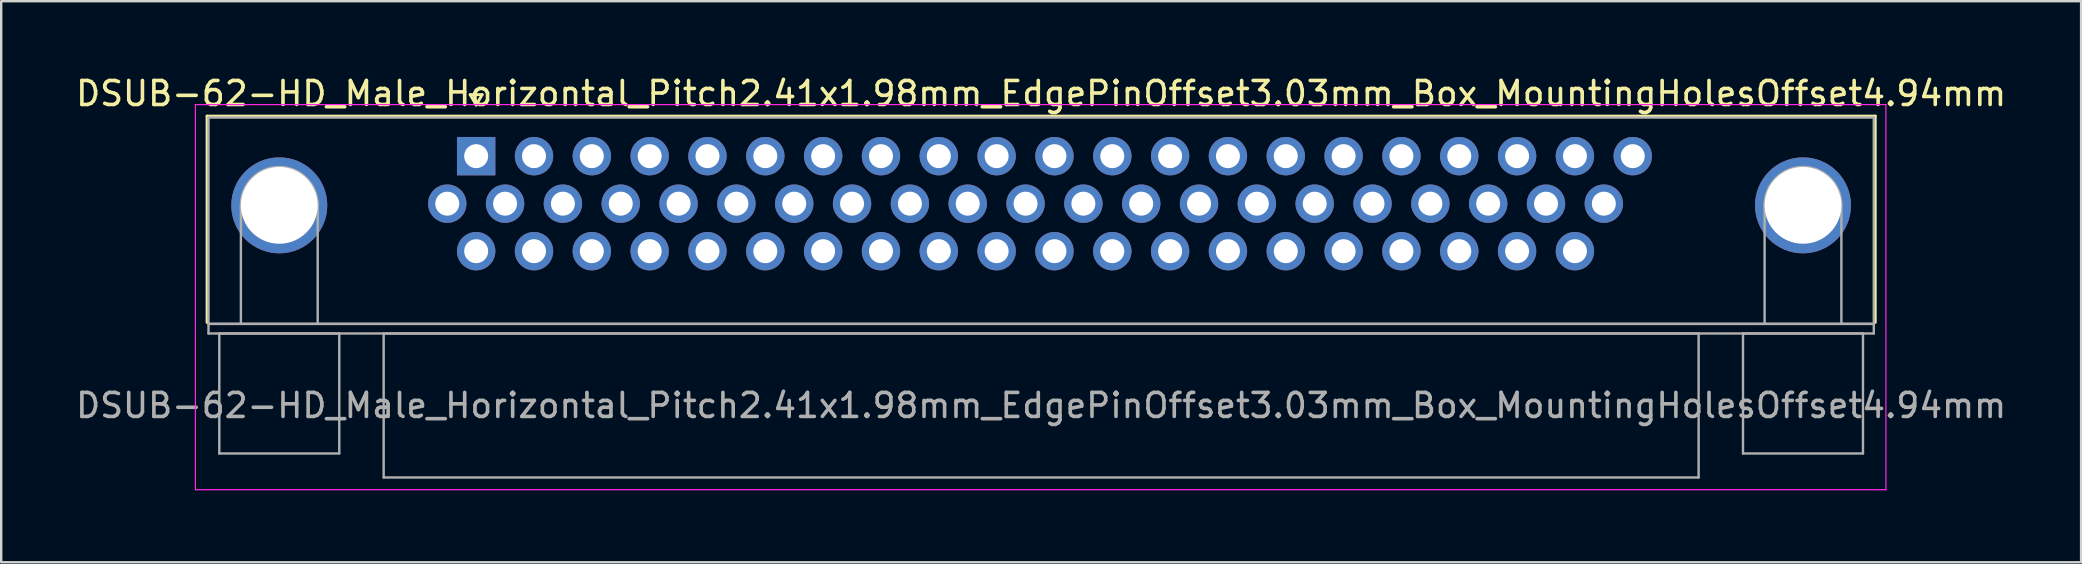
<source format=kicad_pcb>
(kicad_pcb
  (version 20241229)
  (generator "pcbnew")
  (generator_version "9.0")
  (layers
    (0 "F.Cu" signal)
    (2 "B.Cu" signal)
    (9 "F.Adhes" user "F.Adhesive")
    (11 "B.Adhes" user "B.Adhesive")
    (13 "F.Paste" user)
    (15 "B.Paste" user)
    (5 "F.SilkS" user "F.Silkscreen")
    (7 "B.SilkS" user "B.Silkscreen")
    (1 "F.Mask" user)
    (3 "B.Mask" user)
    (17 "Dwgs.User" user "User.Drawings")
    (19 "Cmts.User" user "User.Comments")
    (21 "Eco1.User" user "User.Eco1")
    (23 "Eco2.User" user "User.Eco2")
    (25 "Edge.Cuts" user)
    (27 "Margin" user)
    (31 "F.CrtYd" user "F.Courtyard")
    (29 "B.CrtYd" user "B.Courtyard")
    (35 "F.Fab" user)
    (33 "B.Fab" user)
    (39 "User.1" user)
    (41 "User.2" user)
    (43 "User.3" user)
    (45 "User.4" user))
  (footprint "DSUB-62-HD_Male_Horizontal_Pitch2.41x1.98mm_EdgePinOffset3.03mm_Box_MountingHolesOffset4.94mm"
    (layer "F.Cu")
    (at 16.794 3.458)
    (property "Reference" "DSUB-62-HD_Male_Horizontal_Pitch2.41x1.98mm_EdgePinOffset3.03mm_Box_MountingHolesOffset4.94mm" (at 23.545 -2.61 0) (layer "F.SilkS") (effects (font (size 1 1) (thickness 0.15))))
    (attr through_hole)
    (fp_line (start -11.215 -1.67) (end 58.305 -1.67) (stroke (width 0.12) (type solid)) (layer "F.SilkS"))
    (fp_line (start -11.215 6.93) (end -11.215 -1.67) (stroke (width 0.12) (type solid)) (layer "F.SilkS"))
    (fp_line (start -0.25 -2.564) (end 0.25 -2.564) (stroke (width 0.12) (type solid)) (layer "F.SilkS"))
    (fp_line (start 0 -2.131) (end -0.25 -2.564) (stroke (width 0.12) (type solid)) (layer "F.SilkS"))
    (fp_line (start 0.25 -2.564) (end 0 -2.131) (stroke (width 0.12) (type solid)) (layer "F.SilkS"))
    (fp_line (start 58.305 -1.67) (end 58.305 6.93) (stroke (width 0.12) (type solid)) (layer "F.SilkS"))
    (fp_line (start -11.7 -2.15) (end -11.7 13.9) (stroke (width 0.05) (type solid)) (layer "F.CrtYd"))
    (fp_line (start -11.7 13.9) (end 58.75 13.9) (stroke (width 0.05) (type solid)) (layer "F.CrtYd"))
    (fp_line (start 58.75 -2.15) (end -11.7 -2.15) (stroke (width 0.05) (type solid)) (layer "F.CrtYd"))
    (fp_line (start 58.75 13.9) (end 58.75 -2.15) (stroke (width 0.05) (type solid)) (layer "F.CrtYd"))
    (fp_line (start -11.155 -1.61) (end -11.155 6.99) (stroke (width 0.1) (type solid)) (layer "F.Fab"))
    (fp_line (start -11.155 6.99) (end -11.155 7.39) (stroke (width 0.1) (type solid)) (layer "F.Fab"))
    (fp_line (start -11.155 6.99) (end 58.245 6.99) (stroke (width 0.1) (type solid)) (layer "F.Fab"))
    (fp_line (start -11.155 7.39) (end 58.245 7.39) (stroke (width 0.1) (type solid)) (layer "F.Fab"))
    (fp_line (start -10.705 7.39) (end -10.705 12.39) (stroke (width 0.1) (type solid)) (layer "F.Fab"))
    (fp_line (start -10.705 12.39) (end -5.705 12.39) (stroke (width 0.1) (type solid)) (layer "F.Fab"))
    (fp_line (start -9.805 6.99) (end -9.805 2.05) (stroke (width 0.1) (type solid)) (layer "F.Fab"))
    (fp_line (start -6.605 6.99) (end -6.605 2.05) (stroke (width 0.1) (type solid)) (layer "F.Fab"))
    (fp_line (start -5.705 7.39) (end -10.705 7.39) (stroke (width 0.1) (type solid)) (layer "F.Fab"))
    (fp_line (start -5.705 12.39) (end -5.705 7.39) (stroke (width 0.1) (type solid)) (layer "F.Fab"))
    (fp_line (start -3.855 7.39) (end -3.855 13.39) (stroke (width 0.1) (type solid)) (layer "F.Fab"))
    (fp_line (start -3.855 13.39) (end 50.945 13.39) (stroke (width 0.1) (type solid)) (layer "F.Fab"))
    (fp_line (start 50.945 7.39) (end -3.855 7.39) (stroke (width 0.1) (type solid)) (layer "F.Fab"))
    (fp_line (start 50.945 13.39) (end 50.945 7.39) (stroke (width 0.1) (type solid)) (layer "F.Fab"))
    (fp_line (start 52.795 7.39) (end 52.795 12.39) (stroke (width 0.1) (type solid)) (layer "F.Fab"))
    (fp_line (start 52.795 12.39) (end 57.795 12.39) (stroke (width 0.1) (type solid)) (layer "F.Fab"))
    (fp_line (start 53.695 6.99) (end 53.695 2.05) (stroke (width 0.1) (type solid)) (layer "F.Fab"))
    (fp_line (start 56.895 6.99) (end 56.895 2.05) (stroke (width 0.1) (type solid)) (layer "F.Fab"))
    (fp_line (start 57.795 7.39) (end 52.795 7.39) (stroke (width 0.1) (type solid)) (layer "F.Fab"))
    (fp_line (start 57.795 12.39) (end 57.795 7.39) (stroke (width 0.1) (type solid)) (layer "F.Fab"))
    (fp_line (start 58.245 -1.61) (end -11.155 -1.61) (stroke (width 0.1) (type solid)) (layer "F.Fab"))
    (fp_line (start 58.245 6.99) (end -11.155 6.99) (stroke (width 0.1) (type solid)) (layer "F.Fab"))
    (fp_line (start 58.245 6.99) (end 58.245 -1.61) (stroke (width 0.1) (type solid)) (layer "F.Fab"))
    (fp_line (start 58.245 7.39) (end 58.245 6.99) (stroke (width 0.1) (type solid)) (layer "F.Fab"))
    (fp_arc (start -9.805 2.05) (mid -8.205 0.45) (end -6.605 2.05) (stroke (width 0.1) (type solid)) (layer "F.Fab"))
    (fp_arc (start 53.695 2.05) (mid 55.295 0.45) (end 56.895 2.05) (stroke (width 0.1) (type solid)) (layer "F.Fab"))
    (fp_text user "${REFERENCE}" (at 23.545 10.39 0) (layer "F.Fab") (effects (font (size 1 1) (thickness 0.15))))
    (pad "0" thru_hole circle (at -8.205 2.05) (size 4 4) (drill 3.2) (layers "*.Cu" "*.Mask"))
    (pad "0" thru_hole circle (at 55.295 2.05) (size 4 4) (drill 3.2) (layers "*.Cu" "*.Mask"))
    (pad "1" thru_hole rect (at 0 0) (size 1.6 1.6) (drill 1) (layers "*.Cu" "*.Mask"))
    (pad "2" thru_hole circle (at 2.41 0) (size 1.6 1.6) (drill 1) (layers "*.Cu" "*.Mask"))
    (pad "3" thru_hole circle (at 4.82 0) (size 1.6 1.6) (drill 1) (layers "*.Cu" "*.Mask"))
    (pad "4" thru_hole circle (at 7.23 0) (size 1.6 1.6) (drill 1) (layers "*.Cu" "*.Mask"))
    (pad "5" thru_hole circle (at 9.64 0) (size 1.6 1.6) (drill 1) (layers "*.Cu" "*.Mask"))
    (pad "6" thru_hole circle (at 12.05 0) (size 1.6 1.6) (drill 1) (layers "*.Cu" "*.Mask"))
    (pad "7" thru_hole circle (at 14.46 0) (size 1.6 1.6) (drill 1) (layers "*.Cu" "*.Mask"))
    (pad "8" thru_hole circle (at 16.87 0) (size 1.6 1.6) (drill 1) (layers "*.Cu" "*.Mask"))
    (pad "9" thru_hole circle (at 19.28 0) (size 1.6 1.6) (drill 1) (layers "*.Cu" "*.Mask"))
    (pad "10" thru_hole circle (at 21.69 0) (size 1.6 1.6) (drill 1) (layers "*.Cu" "*.Mask"))
    (pad "11" thru_hole circle (at 24.1 0) (size 1.6 1.6) (drill 1) (layers "*.Cu" "*.Mask"))
    (pad "12" thru_hole circle (at 26.51 0) (size 1.6 1.6) (drill 1) (layers "*.Cu" "*.Mask"))
    (pad "13" thru_hole circle (at 28.92 0) (size 1.6 1.6) (drill 1) (layers "*.Cu" "*.Mask"))
    (pad "14" thru_hole circle (at 31.33 0) (size 1.6 1.6) (drill 1) (layers "*.Cu" "*.Mask"))
    (pad "15" thru_hole circle (at 33.74 0) (size 1.6 1.6) (drill 1) (layers "*.Cu" "*.Mask"))
    (pad "16" thru_hole circle (at 36.15 0) (size 1.6 1.6) (drill 1) (layers "*.Cu" "*.Mask"))
    (pad "17" thru_hole circle (at 38.56 0) (size 1.6 1.6) (drill 1) (layers "*.Cu" "*.Mask"))
    (pad "18" thru_hole circle (at 40.97 0) (size 1.6 1.6) (drill 1) (layers "*.Cu" "*.Mask"))
    (pad "19" thru_hole circle (at 43.38 0) (size 1.6 1.6) (drill 1) (layers "*.Cu" "*.Mask"))
    (pad "20" thru_hole circle (at 45.79 0) (size 1.6 1.6) (drill 1) (layers "*.Cu" "*.Mask"))
    (pad "21" thru_hole circle (at 48.2 0) (size 1.6 1.6) (drill 1) (layers "*.Cu" "*.Mask"))
    (pad "22" thru_hole circle (at -1.205 1.98) (size 1.6 1.6) (drill 1) (layers "*.Cu" "*.Mask"))
    (pad "23" thru_hole circle (at 1.205 1.98) (size 1.6 1.6) (drill 1) (layers "*.Cu" "*.Mask"))
    (pad "24" thru_hole circle (at 3.615 1.98) (size 1.6 1.6) (drill 1) (layers "*.Cu" "*.Mask"))
    (pad "25" thru_hole circle (at 6.025 1.98) (size 1.6 1.6) (drill 1) (layers "*.Cu" "*.Mask"))
    (pad "26" thru_hole circle (at 8.435 1.98) (size 1.6 1.6) (drill 1) (layers "*.Cu" "*.Mask"))
    (pad "27" thru_hole circle (at 10.845 1.98) (size 1.6 1.6) (drill 1) (layers "*.Cu" "*.Mask"))
    (pad "28" thru_hole circle (at 13.255 1.98) (size 1.6 1.6) (drill 1) (layers "*.Cu" "*.Mask"))
    (pad "29" thru_hole circle (at 15.665 1.98) (size 1.6 1.6) (drill 1) (layers "*.Cu" "*.Mask"))
    (pad "30" thru_hole circle (at 18.075 1.98) (size 1.6 1.6) (drill 1) (layers "*.Cu" "*.Mask"))
    (pad "31" thru_hole circle (at 20.485 1.98) (size 1.6 1.6) (drill 1) (layers "*.Cu" "*.Mask"))
    (pad "32" thru_hole circle (at 22.895 1.98) (size 1.6 1.6) (drill 1) (layers "*.Cu" "*.Mask"))
    (pad "33" thru_hole circle (at 25.305 1.98) (size 1.6 1.6) (drill 1) (layers "*.Cu" "*.Mask"))
    (pad "34" thru_hole circle (at 27.715 1.98) (size 1.6 1.6) (drill 1) (layers "*.Cu" "*.Mask"))
    (pad "35" thru_hole circle (at 30.125 1.98) (size 1.6 1.6) (drill 1) (layers "*.Cu" "*.Mask"))
    (pad "36" thru_hole circle (at 32.535 1.98) (size 1.6 1.6) (drill 1) (layers "*.Cu" "*.Mask"))
    (pad "37" thru_hole circle (at 34.945 1.98) (size 1.6 1.6) (drill 1) (layers "*.Cu" "*.Mask"))
    (pad "38" thru_hole circle (at 37.355 1.98) (size 1.6 1.6) (drill 1) (layers "*.Cu" "*.Mask"))
    (pad "39" thru_hole circle (at 39.765 1.98) (size 1.6 1.6) (drill 1) (layers "*.Cu" "*.Mask"))
    (pad "40" thru_hole circle (at 42.175 1.98) (size 1.6 1.6) (drill 1) (layers "*.Cu" "*.Mask"))
    (pad "41" thru_hole circle (at 44.585 1.98) (size 1.6 1.6) (drill 1) (layers "*.Cu" "*.Mask"))
    (pad "42" thru_hole circle (at 46.995 1.98) (size 1.6 1.6) (drill 1) (layers "*.Cu" "*.Mask"))
    (pad "43" thru_hole circle (at 0 3.96) (size 1.6 1.6) (drill 1) (layers "*.Cu" "*.Mask"))
    (pad "44" thru_hole circle (at 2.41 3.96) (size 1.6 1.6) (drill 1) (layers "*.Cu" "*.Mask"))
    (pad "45" thru_hole circle (at 4.82 3.96) (size 1.6 1.6) (drill 1) (layers "*.Cu" "*.Mask"))
    (pad "46" thru_hole circle (at 7.23 3.96) (size 1.6 1.6) (drill 1) (layers "*.Cu" "*.Mask"))
    (pad "47" thru_hole circle (at 9.64 3.96) (size 1.6 1.6) (drill 1) (layers "*.Cu" "*.Mask"))
    (pad "48" thru_hole circle (at 12.05 3.96) (size 1.6 1.6) (drill 1) (layers "*.Cu" "*.Mask"))
    (pad "49" thru_hole circle (at 14.46 3.96) (size 1.6 1.6) (drill 1) (layers "*.Cu" "*.Mask"))
    (pad "50" thru_hole circle (at 16.87 3.96) (size 1.6 1.6) (drill 1) (layers "*.Cu" "*.Mask"))
    (pad "51" thru_hole circle (at 19.28 3.96) (size 1.6 1.6) (drill 1) (layers "*.Cu" "*.Mask"))
    (pad "52" thru_hole circle (at 21.69 3.96) (size 1.6 1.6) (drill 1) (layers "*.Cu" "*.Mask"))
    (pad "53" thru_hole circle (at 24.1 3.96) (size 1.6 1.6) (drill 1) (layers "*.Cu" "*.Mask"))
    (pad "54" thru_hole circle (at 26.51 3.96) (size 1.6 1.6) (drill 1) (layers "*.Cu" "*.Mask"))
    (pad "55" thru_hole circle (at 28.92 3.96) (size 1.6 1.6) (drill 1) (layers "*.Cu" "*.Mask"))
    (pad "56" thru_hole circle (at 31.33 3.96) (size 1.6 1.6) (drill 1) (layers "*.Cu" "*.Mask"))
    (pad "57" thru_hole circle (at 33.74 3.96) (size 1.6 1.6) (drill 1) (layers "*.Cu" "*.Mask"))
    (pad "58" thru_hole circle (at 36.15 3.96) (size 1.6 1.6) (drill 1) (layers "*.Cu" "*.Mask"))
    (pad "59" thru_hole circle (at 38.56 3.96) (size 1.6 1.6) (drill 1) (layers "*.Cu" "*.Mask"))
    (pad "60" thru_hole circle (at 40.97 3.96) (size 1.6 1.6) (drill 1) (layers "*.Cu" "*.Mask"))
    (pad "61" thru_hole circle (at 43.38 3.96) (size 1.6 1.6) (drill 1) (layers "*.Cu" "*.Mask"))
    (pad "62" thru_hole circle (at 45.79 3.96) (size 1.6 1.6) (drill 1) (layers "*.Cu" "*.Mask")))
  (gr_rect
    (start -3 -3)
    (end 83.679 20.383)
    (stroke (width 0.1) (type default))
    (fill no)
    (layer "Edge.Cuts")))
</source>
